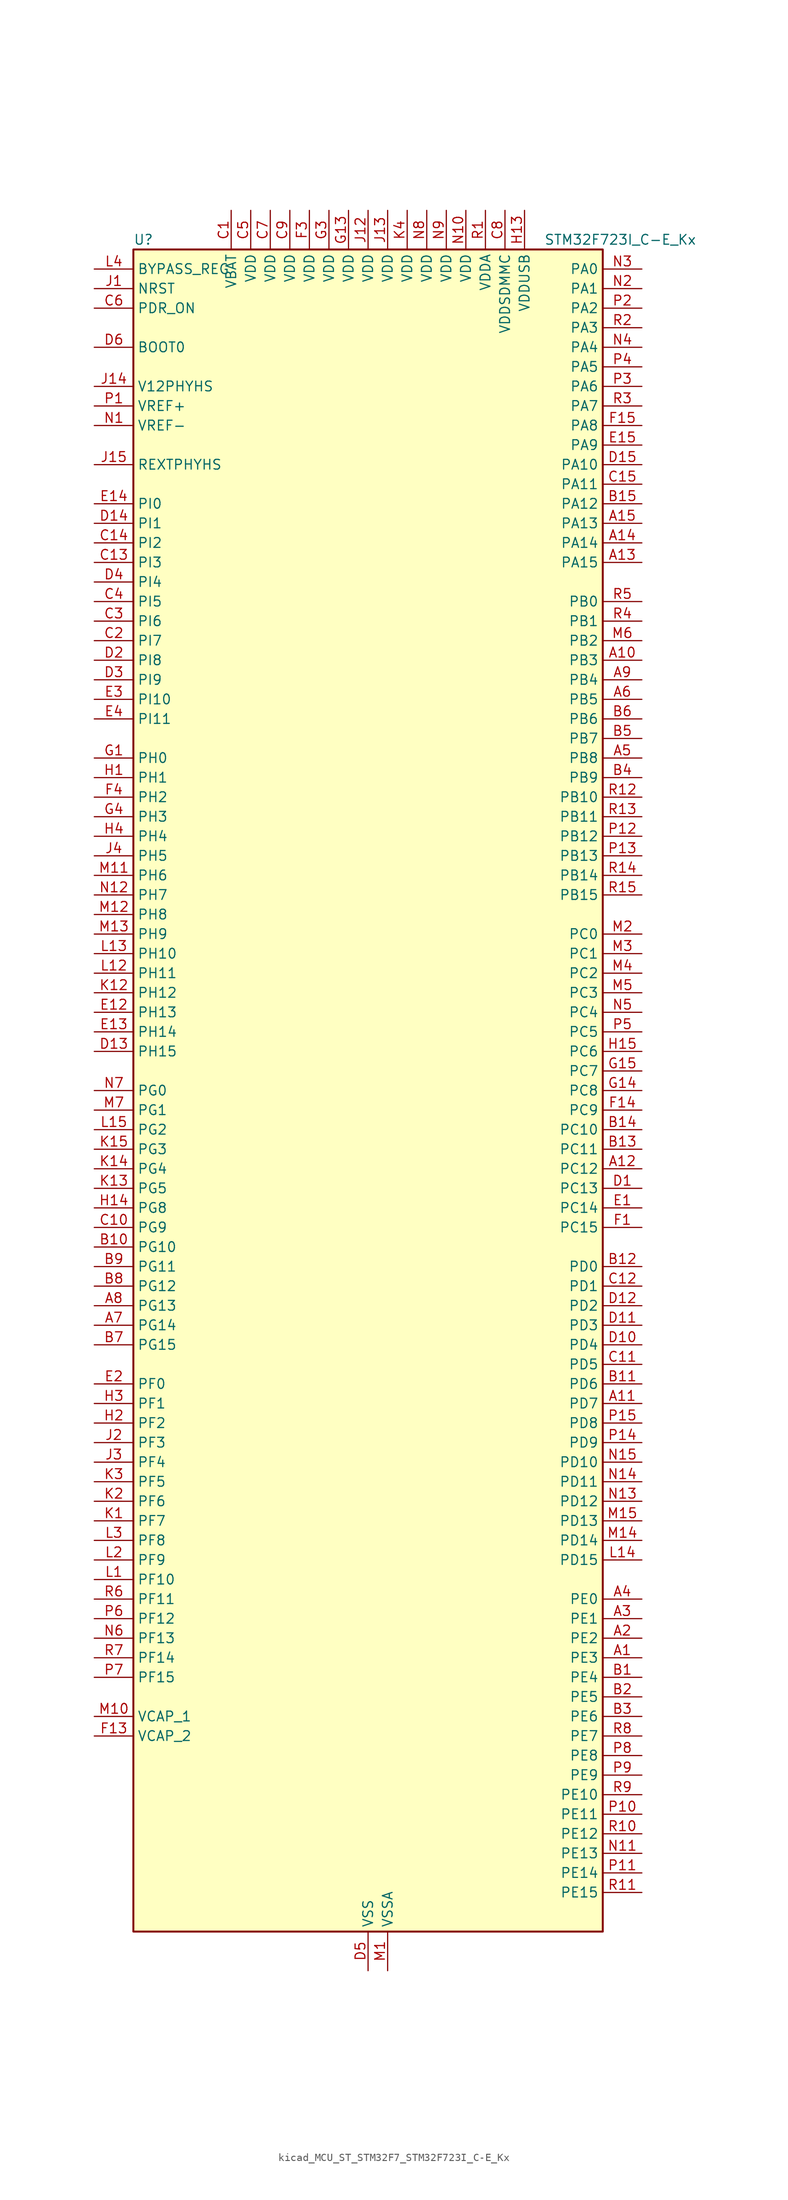
<source format=kicad_sym>
(kicad_symbol_lib
  (version 20220914)
  (generator kicad_symbol_editor)
  (symbol "kicad_MCU_ST_STM32F7_STM32F723I_C-E_Kx"
    (property "Reference" "U"
      (at -30.48 110.49 0)
      (effects (font (size 1.27 1.27)) (justify left)))
    (property "Value" "STM32F723I_C-E_Kx"
      (at 22.86 110.49 0)
      (effects (font (size 1.27 1.27)) (justify left)))
    (property "ki_locked" ""
      (at 0 0 0)
      (effects (font (size 1.27 1.27))))
    (symbol "kicad_MCU_ST_STM32F7_STM32F723I_C-E_Kx_0_1"
      (rectangle (start -30.48 -109.22) (end 30.48 109.22) (stroke (width 0.254) (type default)) (fill (type background))))
    (symbol "kicad_MCU_ST_STM32F7_STM32F723I_C-E_Kx_1_1"
      (pin bidirectional line (at 35.56 -73.66 180) (length 5.08) (name "PE3" (effects (font (size 1.27 1.27)))) (number "A1" (effects (font (size 1.27 1.27)))) (alternate "FMC_A19" bidirectional line) (alternate "SAI1_SD_B" bidirectional line) (alternate "SYS_TRACED0" bidirectional line))
      (pin bidirectional line (at 35.56 55.88 180) (length 5.08) (name "PB3" (effects (font (size 1.27 1.27)))) (number "A10" (effects (font (size 1.27 1.27)))) (alternate "I2S1_CK" bidirectional line) (alternate "I2S3_CK" bidirectional line) (alternate "SDMMC2_D2" bidirectional line) (alternate "SPI1_SCK" bidirectional line) (alternate "SPI3_SCK" bidirectional line) (alternate "SYS_JTDO-SWO" bidirectional line) (alternate "TIM2_CH2" bidirectional line))
      (pin bidirectional line (at 35.56 -40.64 180) (length 5.08) (name "PD7" (effects (font (size 1.27 1.27)))) (number "A11" (effects (font (size 1.27 1.27)))) (alternate "FMC_NE1" bidirectional line) (alternate "SDMMC2_CMD" bidirectional line) (alternate "USART2_CK" bidirectional line))
      (pin bidirectional line (at 35.56 -10.16 180) (length 5.08) (name "PC12" (effects (font (size 1.27 1.27)))) (number "A12" (effects (font (size 1.27 1.27)))) (alternate "I2S3_SD" bidirectional line) (alternate "SDMMC1_CK" bidirectional line) (alternate "SPI3_MOSI" bidirectional line) (alternate "SYS_TRACED3" bidirectional line) (alternate "UART5_TX" bidirectional line) (alternate "USART3_CK" bidirectional line))
      (pin bidirectional line (at 35.56 68.58 180) (length 5.08) (name "PA15" (effects (font (size 1.27 1.27)))) (number "A13" (effects (font (size 1.27 1.27)))) (alternate "I2S1_WS" bidirectional line) (alternate "I2S3_WS" bidirectional line) (alternate "SPI1_NSS" bidirectional line) (alternate "SPI3_NSS" bidirectional line) (alternate "SYS_JTDI" bidirectional line) (alternate "TIM2_CH1" bidirectional line) (alternate "TIM2_ETR" bidirectional line) (alternate "UART4_DE" bidirectional line) (alternate "UART4_RTS" bidirectional line))
      (pin bidirectional line (at 35.56 71.12 180) (length 5.08) (name "PA14" (effects (font (size 1.27 1.27)))) (number "A14" (effects (font (size 1.27 1.27)))) (alternate "SYS_JTCK-SWCLK" bidirectional line))
      (pin bidirectional line (at 35.56 73.66 180) (length 5.08) (name "PA13" (effects (font (size 1.27 1.27)))) (number "A15" (effects (font (size 1.27 1.27)))) (alternate "SYS_JTMS-SWDIO" bidirectional line))
      (pin bidirectional line (at 35.56 -71.12 180) (length 5.08) (name "PE2" (effects (font (size 1.27 1.27)))) (number "A2" (effects (font (size 1.27 1.27)))) (alternate "FMC_A23" bidirectional line) (alternate "QUADSPI_BK1_IO2" bidirectional line) (alternate "SAI1_MCLK_A" bidirectional line) (alternate "SPI4_SCK" bidirectional line) (alternate "SYS_TRACECLK" bidirectional line))
      (pin bidirectional line (at 35.56 -68.58 180) (length 5.08) (name "PE1" (effects (font (size 1.27 1.27)))) (number "A3" (effects (font (size 1.27 1.27)))) (alternate "FMC_NBL1" bidirectional line) (alternate "LPTIM1_IN2" bidirectional line) (alternate "UART8_TX" bidirectional line))
      (pin bidirectional line (at 35.56 -66.04 180) (length 5.08) (name "PE0" (effects (font (size 1.27 1.27)))) (number "A4" (effects (font (size 1.27 1.27)))) (alternate "FMC_NBL0" bidirectional line) (alternate "LPTIM1_ETR" bidirectional line) (alternate "SAI2_MCLK_A" bidirectional line) (alternate "TIM4_ETR" bidirectional line) (alternate "UART8_RX" bidirectional line))
      (pin bidirectional line (at 35.56 43.18 180) (length 5.08) (name "PB8" (effects (font (size 1.27 1.27)))) (number "A5" (effects (font (size 1.27 1.27)))) (alternate "CAN1_RX" bidirectional line) (alternate "I2C1_SCL" bidirectional line) (alternate "SDMMC1_D4" bidirectional line) (alternate "SDMMC2_D4" bidirectional line) (alternate "TIM10_CH1" bidirectional line) (alternate "TIM4_CH3" bidirectional line))
      (pin bidirectional line (at 35.56 50.8 180) (length 5.08) (name "PB5" (effects (font (size 1.27 1.27)))) (number "A6" (effects (font (size 1.27 1.27)))) (alternate "FMC_SDCKE1" bidirectional line) (alternate "I2C1_SMBA" bidirectional line) (alternate "I2S1_SD" bidirectional line) (alternate "I2S3_SD" bidirectional line) (alternate "SPI1_MOSI" bidirectional line) (alternate "SPI3_MOSI" bidirectional line) (alternate "TIM3_CH2" bidirectional line))
      (pin bidirectional line (at -35.56 -30.48 0) (length 5.08) (name "PG14" (effects (font (size 1.27 1.27)))) (number "A7" (effects (font (size 1.27 1.27)))) (alternate "FMC_A25" bidirectional line) (alternate "LPTIM1_ETR" bidirectional line) (alternate "QUADSPI_BK2_IO3" bidirectional line) (alternate "SYS_TRACED1" bidirectional line) (alternate "USART6_TX" bidirectional line))
      (pin bidirectional line (at -35.56 -27.94 0) (length 5.08) (name "PG13" (effects (font (size 1.27 1.27)))) (number "A8" (effects (font (size 1.27 1.27)))) (alternate "FMC_A24" bidirectional line) (alternate "LPTIM1_OUT" bidirectional line) (alternate "SYS_TRACED0" bidirectional line) (alternate "USART6_CTS" bidirectional line))
      (pin bidirectional line (at 35.56 53.34 180) (length 5.08) (name "PB4" (effects (font (size 1.27 1.27)))) (number "A9" (effects (font (size 1.27 1.27)))) (alternate "I2S2_WS" bidirectional line) (alternate "SDMMC2_D3" bidirectional line) (alternate "SPI1_MISO" bidirectional line) (alternate "SPI2_NSS" bidirectional line) (alternate "SPI3_MISO" bidirectional line) (alternate "SYS_JTRST" bidirectional line) (alternate "TIM3_CH1" bidirectional line))
      (pin bidirectional line (at 35.56 -76.2 180) (length 5.08) (name "PE4" (effects (font (size 1.27 1.27)))) (number "B1" (effects (font (size 1.27 1.27)))) (alternate "FMC_A20" bidirectional line) (alternate "SAI1_FS_A" bidirectional line) (alternate "SPI4_NSS" bidirectional line) (alternate "SYS_TRACED1" bidirectional line))
      (pin bidirectional line (at -35.56 -20.32 0) (length 5.08) (name "PG10" (effects (font (size 1.27 1.27)))) (number "B10" (effects (font (size 1.27 1.27)))) (alternate "FMC_NE3" bidirectional line) (alternate "SAI2_SD_B" bidirectional line) (alternate "SDMMC2_D1" bidirectional line))
      (pin bidirectional line (at 35.56 -38.1 180) (length 5.08) (name "PD6" (effects (font (size 1.27 1.27)))) (number "B11" (effects (font (size 1.27 1.27)))) (alternate "FMC_NWAIT" bidirectional line) (alternate "I2S3_SD" bidirectional line) (alternate "SAI1_SD_A" bidirectional line) (alternate "SDMMC2_CK" bidirectional line) (alternate "SPI3_MOSI" bidirectional line) (alternate "USART2_RX" bidirectional line))
      (pin bidirectional line (at 35.56 -22.86 180) (length 5.08) (name "PD0" (effects (font (size 1.27 1.27)))) (number "B12" (effects (font (size 1.27 1.27)))) (alternate "CAN1_RX" bidirectional line) (alternate "FMC_D2" bidirectional line) (alternate "FMC_DA2" bidirectional line))
      (pin bidirectional line (at 35.56 -7.62 180) (length 5.08) (name "PC11" (effects (font (size 1.27 1.27)))) (number "B13" (effects (font (size 1.27 1.27)))) (alternate "ADC1_EXTI11" bidirectional line) (alternate "ADC2_EXTI11" bidirectional line) (alternate "ADC3_EXTI11" bidirectional line) (alternate "QUADSPI_BK2_NCS" bidirectional line) (alternate "SDMMC1_D3" bidirectional line) (alternate "SPI3_MISO" bidirectional line) (alternate "UART4_RX" bidirectional line) (alternate "USART3_RX" bidirectional line))
      (pin bidirectional line (at 35.56 -5.08 180) (length 5.08) (name "PC10" (effects (font (size 1.27 1.27)))) (number "B14" (effects (font (size 1.27 1.27)))) (alternate "I2S3_CK" bidirectional line) (alternate "QUADSPI_BK1_IO1" bidirectional line) (alternate "SDMMC1_D2" bidirectional line) (alternate "SPI3_SCK" bidirectional line) (alternate "UART4_TX" bidirectional line) (alternate "USART3_TX" bidirectional line))
      (pin bidirectional line (at 35.56 76.2 180) (length 5.08) (name "PA12" (effects (font (size 1.27 1.27)))) (number "B15" (effects (font (size 1.27 1.27)))) (alternate "CAN1_TX" bidirectional line) (alternate "SAI2_FS_B" bidirectional line) (alternate "TIM1_ETR" bidirectional line) (alternate "USART1_DE" bidirectional line) (alternate "USART1_RTS" bidirectional line) (alternate "USB_OTG_FS_DP" bidirectional line))
      (pin bidirectional line (at 35.56 -78.74 180) (length 5.08) (name "PE5" (effects (font (size 1.27 1.27)))) (number "B2" (effects (font (size 1.27 1.27)))) (alternate "FMC_A21" bidirectional line) (alternate "SAI1_SCK_A" bidirectional line) (alternate "SPI4_MISO" bidirectional line) (alternate "SYS_TRACED2" bidirectional line) (alternate "TIM9_CH1" bidirectional line))
      (pin bidirectional line (at 35.56 -81.28 180) (length 5.08) (name "PE6" (effects (font (size 1.27 1.27)))) (number "B3" (effects (font (size 1.27 1.27)))) (alternate "FMC_A22" bidirectional line) (alternate "SAI1_SD_A" bidirectional line) (alternate "SAI2_MCLK_B" bidirectional line) (alternate "SPI4_MOSI" bidirectional line) (alternate "SYS_TRACED3" bidirectional line) (alternate "TIM1_BKIN2" bidirectional line) (alternate "TIM9_CH2" bidirectional line))
      (pin bidirectional line (at 35.56 40.64 180) (length 5.08) (name "PB9" (effects (font (size 1.27 1.27)))) (number "B4" (effects (font (size 1.27 1.27)))) (alternate "CAN1_TX" bidirectional line) (alternate "DAC_EXTI9" bidirectional line) (alternate "I2C1_SDA" bidirectional line) (alternate "I2S2_WS" bidirectional line) (alternate "SDMMC1_D5" bidirectional line) (alternate "SDMMC2_D5" bidirectional line) (alternate "SPI2_NSS" bidirectional line) (alternate "TIM11_CH1" bidirectional line) (alternate "TIM4_CH4" bidirectional line))
      (pin bidirectional line (at 35.56 45.72 180) (length 5.08) (name "PB7" (effects (font (size 1.27 1.27)))) (number "B5" (effects (font (size 1.27 1.27)))) (alternate "FMC_NL" bidirectional line) (alternate "I2C1_SDA" bidirectional line) (alternate "TIM4_CH2" bidirectional line) (alternate "USART1_RX" bidirectional line))
      (pin bidirectional line (at 35.56 48.26 180) (length 5.08) (name "PB6" (effects (font (size 1.27 1.27)))) (number "B6" (effects (font (size 1.27 1.27)))) (alternate "FMC_SDNE1" bidirectional line) (alternate "I2C1_SCL" bidirectional line) (alternate "QUADSPI_BK1_NCS" bidirectional line) (alternate "TIM4_CH1" bidirectional line) (alternate "USART1_TX" bidirectional line))
      (pin bidirectional line (at -35.56 -33.02 0) (length 5.08) (name "PG15" (effects (font (size 1.27 1.27)))) (number "B7" (effects (font (size 1.27 1.27)))) (alternate "FMC_SDNCAS" bidirectional line) (alternate "USART6_CTS" bidirectional line))
      (pin bidirectional line (at -35.56 -25.4 0) (length 5.08) (name "PG12" (effects (font (size 1.27 1.27)))) (number "B8" (effects (font (size 1.27 1.27)))) (alternate "FMC_NE4" bidirectional line) (alternate "LPTIM1_IN1" bidirectional line) (alternate "SDMMC2_D3" bidirectional line) (alternate "USART6_DE" bidirectional line) (alternate "USART6_RTS" bidirectional line))
      (pin bidirectional line (at -35.56 -22.86 0) (length 5.08) (name "PG11" (effects (font (size 1.27 1.27)))) (number "B9" (effects (font (size 1.27 1.27)))) (alternate "ADC1_EXTI11" bidirectional line) (alternate "ADC2_EXTI11" bidirectional line) (alternate "ADC3_EXTI11" bidirectional line) (alternate "FMC_INT" bidirectional line) (alternate "SDMMC2_D2" bidirectional line))
      (pin power_in line (at -17.78 114.3 270) (length 5.08) (name "VBAT" (effects (font (size 1.27 1.27)))) (number "C1" (effects (font (size 1.27 1.27)))))
      (pin bidirectional line (at -35.56 -17.78 0) (length 5.08) (name "PG9" (effects (font (size 1.27 1.27)))) (number "C10" (effects (font (size 1.27 1.27)))) (alternate "DAC_EXTI9" bidirectional line) (alternate "FMC_NCE" bidirectional line) (alternate "FMC_NE2" bidirectional line) (alternate "QUADSPI_BK2_IO2" bidirectional line) (alternate "SAI2_FS_B" bidirectional line) (alternate "SDMMC2_D0" bidirectional line) (alternate "USART6_RX" bidirectional line))
      (pin bidirectional line (at 35.56 -35.56 180) (length 5.08) (name "PD5" (effects (font (size 1.27 1.27)))) (number "C11" (effects (font (size 1.27 1.27)))) (alternate "FMC_NWE" bidirectional line) (alternate "USART2_TX" bidirectional line))
      (pin bidirectional line (at 35.56 -25.4 180) (length 5.08) (name "PD1" (effects (font (size 1.27 1.27)))) (number "C12" (effects (font (size 1.27 1.27)))) (alternate "CAN1_TX" bidirectional line) (alternate "FMC_D3" bidirectional line) (alternate "FMC_DA3" bidirectional line))
      (pin bidirectional line (at -35.56 68.58 0) (length 5.08) (name "PI3" (effects (font (size 1.27 1.27)))) (number "C13" (effects (font (size 1.27 1.27)))) (alternate "FMC_D27" bidirectional line) (alternate "I2S2_SD" bidirectional line) (alternate "SPI2_MOSI" bidirectional line) (alternate "TIM8_ETR" bidirectional line))
      (pin bidirectional line (at -35.56 71.12 0) (length 5.08) (name "PI2" (effects (font (size 1.27 1.27)))) (number "C14" (effects (font (size 1.27 1.27)))) (alternate "FMC_D26" bidirectional line) (alternate "SPI2_MISO" bidirectional line) (alternate "TIM8_CH4" bidirectional line))
      (pin bidirectional line (at 35.56 78.74 180) (length 5.08) (name "PA11" (effects (font (size 1.27 1.27)))) (number "C15" (effects (font (size 1.27 1.27)))) (alternate "ADC1_EXTI11" bidirectional line) (alternate "ADC2_EXTI11" bidirectional line) (alternate "ADC3_EXTI11" bidirectional line) (alternate "CAN1_RX" bidirectional line) (alternate "TIM1_CH4" bidirectional line) (alternate "USART1_CTS" bidirectional line) (alternate "USB_OTG_FS_DM" bidirectional line))
      (pin bidirectional line (at -35.56 58.42 0) (length 5.08) (name "PI7" (effects (font (size 1.27 1.27)))) (number "C2" (effects (font (size 1.27 1.27)))) (alternate "FMC_D29" bidirectional line) (alternate "SAI2_FS_A" bidirectional line) (alternate "TIM8_CH3" bidirectional line))
      (pin bidirectional line (at -35.56 60.96 0) (length 5.08) (name "PI6" (effects (font (size 1.27 1.27)))) (number "C3" (effects (font (size 1.27 1.27)))) (alternate "FMC_D28" bidirectional line) (alternate "SAI2_SD_A" bidirectional line) (alternate "TIM8_CH2" bidirectional line))
      (pin bidirectional line (at -35.56 63.5 0) (length 5.08) (name "PI5" (effects (font (size 1.27 1.27)))) (number "C4" (effects (font (size 1.27 1.27)))) (alternate "FMC_NBL3" bidirectional line) (alternate "SAI2_SCK_A" bidirectional line) (alternate "TIM8_CH1" bidirectional line))
      (pin power_in line (at -15.24 114.3 270) (length 5.08) (name "VDD" (effects (font (size 1.27 1.27)))) (number "C5" (effects (font (size 1.27 1.27)))))
      (pin input line (at -35.56 101.6 0) (length 5.08) (name "PDR_ON" (effects (font (size 1.27 1.27)))) (number "C6" (effects (font (size 1.27 1.27)))))
      (pin power_in line (at -12.7 114.3 270) (length 5.08) (name "VDD" (effects (font (size 1.27 1.27)))) (number "C7" (effects (font (size 1.27 1.27)))))
      (pin power_in line (at 17.78 114.3 270) (length 5.08) (name "VDDSDMMC" (effects (font (size 1.27 1.27)))) (number "C8" (effects (font (size 1.27 1.27)))))
      (pin power_in line (at -10.16 114.3 270) (length 5.08) (name "VDD" (effects (font (size 1.27 1.27)))) (number "C9" (effects (font (size 1.27 1.27)))))
      (pin bidirectional line (at 35.56 -12.7 180) (length 5.08) (name "PC13" (effects (font (size 1.27 1.27)))) (number "D1" (effects (font (size 1.27 1.27)))) (alternate "RTC_OUT" bidirectional line) (alternate "RTC_TAMP1" bidirectional line) (alternate "RTC_TS" bidirectional line) (alternate "SYS_WKUP4" bidirectional line))
      (pin bidirectional line (at 35.56 -33.02 180) (length 5.08) (name "PD4" (effects (font (size 1.27 1.27)))) (number "D10" (effects (font (size 1.27 1.27)))) (alternate "FMC_NOE" bidirectional line) (alternate "USART2_DE" bidirectional line) (alternate "USART2_RTS" bidirectional line))
      (pin bidirectional line (at 35.56 -30.48 180) (length 5.08) (name "PD3" (effects (font (size 1.27 1.27)))) (number "D11" (effects (font (size 1.27 1.27)))) (alternate "FMC_CLK" bidirectional line) (alternate "I2S2_CK" bidirectional line) (alternate "SPI2_SCK" bidirectional line) (alternate "USART2_CTS" bidirectional line))
      (pin bidirectional line (at 35.56 -27.94 180) (length 5.08) (name "PD2" (effects (font (size 1.27 1.27)))) (number "D12" (effects (font (size 1.27 1.27)))) (alternate "SDMMC1_CMD" bidirectional line) (alternate "SYS_TRACED2" bidirectional line) (alternate "TIM3_ETR" bidirectional line) (alternate "UART5_RX" bidirectional line))
      (pin bidirectional line (at -35.56 5.08 0) (length 5.08) (name "PH15" (effects (font (size 1.27 1.27)))) (number "D13" (effects (font (size 1.27 1.27)))) (alternate "FMC_D23" bidirectional line) (alternate "TIM8_CH3N" bidirectional line))
      (pin bidirectional line (at -35.56 73.66 0) (length 5.08) (name "PI1" (effects (font (size 1.27 1.27)))) (number "D14" (effects (font (size 1.27 1.27)))) (alternate "FMC_D25" bidirectional line) (alternate "I2S2_CK" bidirectional line) (alternate "SPI2_SCK" bidirectional line) (alternate "TIM8_BKIN2" bidirectional line))
      (pin bidirectional line (at 35.56 81.28 180) (length 5.08) (name "PA10" (effects (font (size 1.27 1.27)))) (number "D15" (effects (font (size 1.27 1.27)))) (alternate "TIM1_CH3" bidirectional line) (alternate "USART1_RX" bidirectional line) (alternate "USB_OTG_FS_ID" bidirectional line))
      (pin bidirectional line (at -35.56 55.88 0) (length 5.08) (name "PI8" (effects (font (size 1.27 1.27)))) (number "D2" (effects (font (size 1.27 1.27)))) (alternate "RTC_TAMP2" bidirectional line) (alternate "RTC_TS" bidirectional line) (alternate "SYS_WKUP5" bidirectional line))
      (pin bidirectional line (at -35.56 53.34 0) (length 5.08) (name "PI9" (effects (font (size 1.27 1.27)))) (number "D3" (effects (font (size 1.27 1.27)))) (alternate "CAN1_RX" bidirectional line) (alternate "DAC_EXTI9" bidirectional line) (alternate "FMC_D30" bidirectional line) (alternate "UART4_RX" bidirectional line))
      (pin bidirectional line (at -35.56 66.04 0) (length 5.08) (name "PI4" (effects (font (size 1.27 1.27)))) (number "D4" (effects (font (size 1.27 1.27)))) (alternate "FMC_NBL2" bidirectional line) (alternate "SAI2_MCLK_A" bidirectional line) (alternate "TIM8_BKIN" bidirectional line))
      (pin power_in line (at 0 -114.3 90) (length 5.08) (name "VSS" (effects (font (size 1.27 1.27)))) (number "D5" (effects (font (size 1.27 1.27)))))
      (pin input line (at -35.56 96.52 0) (length 5.08) (name "BOOT0" (effects (font (size 1.27 1.27)))) (number "D6" (effects (font (size 1.27 1.27)))))
      (pin passive line (at 0 -114.3 90) (length 5.08) hide (name "VSS" (effects (font (size 1.27 1.27)))) (number "D7" (effects (font (size 1.27 1.27)))))
      (pin passive line (at 0 -114.3 90) (length 5.08) hide (name "VSS" (effects (font (size 1.27 1.27)))) (number "D8" (effects (font (size 1.27 1.27)))))
      (pin passive line (at 0 -114.3 90) (length 5.08) hide (name "VSS" (effects (font (size 1.27 1.27)))) (number "D9" (effects (font (size 1.27 1.27)))))
      (pin bidirectional line (at 35.56 -15.24 180) (length 5.08) (name "PC14" (effects (font (size 1.27 1.27)))) (number "E1" (effects (font (size 1.27 1.27)))) (alternate "RCC_OSC32_IN" bidirectional line))
      (pin bidirectional line (at -35.56 10.16 0) (length 5.08) (name "PH13" (effects (font (size 1.27 1.27)))) (number "E12" (effects (font (size 1.27 1.27)))) (alternate "CAN1_TX" bidirectional line) (alternate "FMC_D21" bidirectional line) (alternate "TIM8_CH1N" bidirectional line) (alternate "UART4_TX" bidirectional line))
      (pin bidirectional line (at -35.56 7.62 0) (length 5.08) (name "PH14" (effects (font (size 1.27 1.27)))) (number "E13" (effects (font (size 1.27 1.27)))) (alternate "CAN1_RX" bidirectional line) (alternate "FMC_D22" bidirectional line) (alternate "TIM8_CH2N" bidirectional line) (alternate "UART4_RX" bidirectional line))
      (pin bidirectional line (at -35.56 76.2 0) (length 5.08) (name "PI0" (effects (font (size 1.27 1.27)))) (number "E14" (effects (font (size 1.27 1.27)))) (alternate "FMC_D24" bidirectional line) (alternate "I2S2_WS" bidirectional line) (alternate "SPI2_NSS" bidirectional line) (alternate "TIM5_CH4" bidirectional line))
      (pin bidirectional line (at 35.56 83.82 180) (length 5.08) (name "PA9" (effects (font (size 1.27 1.27)))) (number "E15" (effects (font (size 1.27 1.27)))) (alternate "DAC_EXTI9" bidirectional line) (alternate "I2C3_SMBA" bidirectional line) (alternate "I2S2_CK" bidirectional line) (alternate "SPI2_SCK" bidirectional line) (alternate "TIM1_CH2" bidirectional line) (alternate "USART1_TX" bidirectional line) (alternate "USB_OTG_FS_VBUS" bidirectional line))
      (pin bidirectional line (at -35.56 -38.1 0) (length 5.08) (name "PF0" (effects (font (size 1.27 1.27)))) (number "E2" (effects (font (size 1.27 1.27)))) (alternate "FMC_A0" bidirectional line) (alternate "I2C2_SDA" bidirectional line))
      (pin bidirectional line (at -35.56 50.8 0) (length 5.08) (name "PI10" (effects (font (size 1.27 1.27)))) (number "E3" (effects (font (size 1.27 1.27)))) (alternate "FMC_D31" bidirectional line))
      (pin bidirectional line (at -35.56 48.26 0) (length 5.08) (name "PI11" (effects (font (size 1.27 1.27)))) (number "E4" (effects (font (size 1.27 1.27)))) (alternate "ADC1_EXTI11" bidirectional line) (alternate "ADC2_EXTI11" bidirectional line) (alternate "ADC3_EXTI11" bidirectional line) (alternate "SYS_WKUP6" bidirectional line))
      (pin bidirectional line (at 35.56 -17.78 180) (length 5.08) (name "PC15" (effects (font (size 1.27 1.27)))) (number "F1" (effects (font (size 1.27 1.27)))) (alternate "RCC_OSC32_OUT" bidirectional line))
      (pin passive line (at 0 -114.3 90) (length 5.08) hide (name "VSS" (effects (font (size 1.27 1.27)))) (number "F10" (effects (font (size 1.27 1.27)))))
      (pin passive line (at 0 -114.3 90) (length 5.08) hide (name "VSS" (effects (font (size 1.27 1.27)))) (number "F12" (effects (font (size 1.27 1.27)))))
      (pin power_out line (at -35.56 -83.82 0) (length 5.08) (name "VCAP_2" (effects (font (size 1.27 1.27)))) (number "F13" (effects (font (size 1.27 1.27)))))
      (pin bidirectional line (at 35.56 -2.54 180) (length 5.08) (name "PC9" (effects (font (size 1.27 1.27)))) (number "F14" (effects (font (size 1.27 1.27)))) (alternate "DAC_EXTI9" bidirectional line) (alternate "I2C3_SDA" bidirectional line) (alternate "I2S_CKIN" bidirectional line) (alternate "QUADSPI_BK1_IO0" bidirectional line) (alternate "RCC_MCO_2" bidirectional line) (alternate "SDMMC1_D1" bidirectional line) (alternate "TIM3_CH4" bidirectional line) (alternate "TIM8_CH4" bidirectional line) (alternate "UART5_CTS" bidirectional line))
      (pin bidirectional line (at 35.56 86.36 180) (length 5.08) (name "PA8" (effects (font (size 1.27 1.27)))) (number "F15" (effects (font (size 1.27 1.27)))) (alternate "I2C3_SCL" bidirectional line) (alternate "RCC_MCO_1" bidirectional line) (alternate "TIM1_CH1" bidirectional line) (alternate "TIM8_BKIN2" bidirectional line) (alternate "USART1_CK" bidirectional line) (alternate "USB_OTG_FS_SOF" bidirectional line))
      (pin passive line (at 0 -114.3 90) (length 5.08) hide (name "VSS" (effects (font (size 1.27 1.27)))) (number "F2" (effects (font (size 1.27 1.27)))))
      (pin power_in line (at -7.62 114.3 270) (length 5.08) (name "VDD" (effects (font (size 1.27 1.27)))) (number "F3" (effects (font (size 1.27 1.27)))))
      (pin bidirectional line (at -35.56 38.1 0) (length 5.08) (name "PH2" (effects (font (size 1.27 1.27)))) (number "F4" (effects (font (size 1.27 1.27)))) (alternate "FMC_SDCKE0" bidirectional line) (alternate "LPTIM1_IN2" bidirectional line) (alternate "QUADSPI_BK2_IO0" bidirectional line) (alternate "SAI2_SCK_B" bidirectional line))
      (pin passive line (at 0 -114.3 90) (length 5.08) hide (name "VSS" (effects (font (size 1.27 1.27)))) (number "F6" (effects (font (size 1.27 1.27)))))
      (pin passive line (at 0 -114.3 90) (length 5.08) hide (name "VSS" (effects (font (size 1.27 1.27)))) (number "F7" (effects (font (size 1.27 1.27)))))
      (pin passive line (at 0 -114.3 90) (length 5.08) hide (name "VSS" (effects (font (size 1.27 1.27)))) (number "F8" (effects (font (size 1.27 1.27)))))
      (pin passive line (at 0 -114.3 90) (length 5.08) hide (name "VSS" (effects (font (size 1.27 1.27)))) (number "F9" (effects (font (size 1.27 1.27)))))
      (pin bidirectional line (at -35.56 43.18 0) (length 5.08) (name "PH0" (effects (font (size 1.27 1.27)))) (number "G1" (effects (font (size 1.27 1.27)))) (alternate "RCC_OSC_IN" bidirectional line))
      (pin passive line (at 0 -114.3 90) (length 5.08) hide (name "VSS" (effects (font (size 1.27 1.27)))) (number "G10" (effects (font (size 1.27 1.27)))))
      (pin passive line (at 0 -114.3 90) (length 5.08) hide (name "VSS" (effects (font (size 1.27 1.27)))) (number "G12" (effects (font (size 1.27 1.27)))))
      (pin power_in line (at -2.54 114.3 270) (length 5.08) (name "VDD" (effects (font (size 1.27 1.27)))) (number "G13" (effects (font (size 1.27 1.27)))))
      (pin bidirectional line (at 35.56 0 180) (length 5.08) (name "PC8" (effects (font (size 1.27 1.27)))) (number "G14" (effects (font (size 1.27 1.27)))) (alternate "SDMMC1_D0" bidirectional line) (alternate "SYS_TRACED1" bidirectional line) (alternate "TIM3_CH3" bidirectional line) (alternate "TIM8_CH3" bidirectional line) (alternate "UART5_DE" bidirectional line) (alternate "UART5_RTS" bidirectional line) (alternate "USART6_CK" bidirectional line))
      (pin bidirectional line (at 35.56 2.54 180) (length 5.08) (name "PC7" (effects (font (size 1.27 1.27)))) (number "G15" (effects (font (size 1.27 1.27)))) (alternate "I2S3_MCK" bidirectional line) (alternate "SDMMC1_D7" bidirectional line) (alternate "SDMMC2_D7" bidirectional line) (alternate "TIM3_CH2" bidirectional line) (alternate "TIM8_CH2" bidirectional line) (alternate "USART6_RX" bidirectional line))
      (pin passive line (at 0 -114.3 90) (length 5.08) hide (name "VSS" (effects (font (size 1.27 1.27)))) (number "G2" (effects (font (size 1.27 1.27)))))
      (pin power_in line (at -5.08 114.3 270) (length 5.08) (name "VDD" (effects (font (size 1.27 1.27)))) (number "G3" (effects (font (size 1.27 1.27)))))
      (pin bidirectional line (at -35.56 35.56 0) (length 5.08) (name "PH3" (effects (font (size 1.27 1.27)))) (number "G4" (effects (font (size 1.27 1.27)))) (alternate "FMC_SDNE0" bidirectional line) (alternate "QUADSPI_BK2_IO1" bidirectional line) (alternate "SAI2_MCLK_B" bidirectional line))
      (pin passive line (at 0 -114.3 90) (length 5.08) hide (name "VSS" (effects (font (size 1.27 1.27)))) (number "G6" (effects (font (size 1.27 1.27)))))
      (pin passive line (at 0 -114.3 90) (length 5.08) hide (name "VSS" (effects (font (size 1.27 1.27)))) (number "G7" (effects (font (size 1.27 1.27)))))
      (pin passive line (at 0 -114.3 90) (length 5.08) hide (name "VSS" (effects (font (size 1.27 1.27)))) (number "G8" (effects (font (size 1.27 1.27)))))
      (pin passive line (at 0 -114.3 90) (length 5.08) hide (name "VSS" (effects (font (size 1.27 1.27)))) (number "G9" (effects (font (size 1.27 1.27)))))
      (pin bidirectional line (at -35.56 40.64 0) (length 5.08) (name "PH1" (effects (font (size 1.27 1.27)))) (number "H1" (effects (font (size 1.27 1.27)))) (alternate "RCC_OSC_OUT" bidirectional line))
      (pin passive line (at 0 -114.3 90) (length 5.08) hide (name "VSS" (effects (font (size 1.27 1.27)))) (number "H10" (effects (font (size 1.27 1.27)))))
      (pin passive line (at 0 -114.3 90) (length 5.08) hide (name "VSS" (effects (font (size 1.27 1.27)))) (number "H12" (effects (font (size 1.27 1.27)))))
      (pin power_in line (at 20.32 114.3 270) (length 5.08) (name "VDDUSB" (effects (font (size 1.27 1.27)))) (number "H13" (effects (font (size 1.27 1.27)))))
      (pin bidirectional line (at -35.56 -15.24 0) (length 5.08) (name "PG8" (effects (font (size 1.27 1.27)))) (number "H14" (effects (font (size 1.27 1.27)))) (alternate "FMC_SDCLK" bidirectional line) (alternate "USART6_DE" bidirectional line) (alternate "USART6_RTS" bidirectional line))
      (pin bidirectional line (at 35.56 5.08 180) (length 5.08) (name "PC6" (effects (font (size 1.27 1.27)))) (number "H15" (effects (font (size 1.27 1.27)))) (alternate "I2S2_MCK" bidirectional line) (alternate "SDMMC1_D6" bidirectional line) (alternate "SDMMC2_D6" bidirectional line) (alternate "TIM3_CH1" bidirectional line) (alternate "TIM8_CH1" bidirectional line) (alternate "USART6_TX" bidirectional line))
      (pin bidirectional line (at -35.56 -43.18 0) (length 5.08) (name "PF2" (effects (font (size 1.27 1.27)))) (number "H2" (effects (font (size 1.27 1.27)))) (alternate "FMC_A2" bidirectional line) (alternate "I2C2_SMBA" bidirectional line))
      (pin bidirectional line (at -35.56 -40.64 0) (length 5.08) (name "PF1" (effects (font (size 1.27 1.27)))) (number "H3" (effects (font (size 1.27 1.27)))) (alternate "FMC_A1" bidirectional line) (alternate "I2C2_SCL" bidirectional line))
      (pin bidirectional line (at -35.56 33.02 0) (length 5.08) (name "PH4" (effects (font (size 1.27 1.27)))) (number "H4" (effects (font (size 1.27 1.27)))) (alternate "I2C2_SCL" bidirectional line))
      (pin passive line (at 0 -114.3 90) (length 5.08) hide (name "VSS" (effects (font (size 1.27 1.27)))) (number "H6" (effects (font (size 1.27 1.27)))))
      (pin passive line (at 0 -114.3 90) (length 5.08) hide (name "VSS" (effects (font (size 1.27 1.27)))) (number "H7" (effects (font (size 1.27 1.27)))))
      (pin passive line (at 0 -114.3 90) (length 5.08) hide (name "VSS" (effects (font (size 1.27 1.27)))) (number "H8" (effects (font (size 1.27 1.27)))))
      (pin passive line (at 0 -114.3 90) (length 5.08) hide (name "VSS" (effects (font (size 1.27 1.27)))) (number "H9" (effects (font (size 1.27 1.27)))))
      (pin input line (at -35.56 104.14 0) (length 5.08) (name "NRST" (effects (font (size 1.27 1.27)))) (number "J1" (effects (font (size 1.27 1.27)))))
      (pin passive line (at 0 -114.3 90) (length 5.08) hide (name "VSS" (effects (font (size 1.27 1.27)))) (number "J10" (effects (font (size 1.27 1.27)))))
      (pin power_in line (at 0 114.3 270) (length 5.08) (name "VDD" (effects (font (size 1.27 1.27)))) (number "J12" (effects (font (size 1.27 1.27)))))
      (pin power_in line (at 2.54 114.3 270) (length 5.08) (name "VDD" (effects (font (size 1.27 1.27)))) (number "J13" (effects (font (size 1.27 1.27)))))
      (pin power_in line (at -35.56 91.44 0) (length 5.08) (name "V12PHYHS" (effects (font (size 1.27 1.27)))) (number "J14" (effects (font (size 1.27 1.27)))))
      (pin bidirectional line (at -35.56 81.28 0) (length 5.08) (name "REXTPHYHS" (effects (font (size 1.27 1.27)))) (number "J15" (effects (font (size 1.27 1.27)))) (alternate "USB_OTG_HS_REXTPHYHS" bidirectional line))
      (pin bidirectional line (at -35.56 -45.72 0) (length 5.08) (name "PF3" (effects (font (size 1.27 1.27)))) (number "J2" (effects (font (size 1.27 1.27)))) (alternate "ADC3_IN9" bidirectional line) (alternate "FMC_A3" bidirectional line))
      (pin bidirectional line (at -35.56 -48.26 0) (length 5.08) (name "PF4" (effects (font (size 1.27 1.27)))) (number "J3" (effects (font (size 1.27 1.27)))) (alternate "ADC3_IN14" bidirectional line) (alternate "FMC_A4" bidirectional line))
      (pin bidirectional line (at -35.56 30.48 0) (length 5.08) (name "PH5" (effects (font (size 1.27 1.27)))) (number "J4" (effects (font (size 1.27 1.27)))) (alternate "FMC_SDNWE" bidirectional line) (alternate "I2C2_SDA" bidirectional line) (alternate "SPI5_NSS" bidirectional line))
      (pin passive line (at 0 -114.3 90) (length 5.08) hide (name "VSS" (effects (font (size 1.27 1.27)))) (number "J6" (effects (font (size 1.27 1.27)))))
      (pin passive line (at 0 -114.3 90) (length 5.08) hide (name "VSS" (effects (font (size 1.27 1.27)))) (number "J7" (effects (font (size 1.27 1.27)))))
      (pin passive line (at 0 -114.3 90) (length 5.08) hide (name "VSS" (effects (font (size 1.27 1.27)))) (number "J8" (effects (font (size 1.27 1.27)))))
      (pin passive line (at 0 -114.3 90) (length 5.08) hide (name "VSS" (effects (font (size 1.27 1.27)))) (number "J9" (effects (font (size 1.27 1.27)))))
      (pin bidirectional line (at -35.56 -55.88 0) (length 5.08) (name "PF7" (effects (font (size 1.27 1.27)))) (number "K1" (effects (font (size 1.27 1.27)))) (alternate "ADC3_IN5" bidirectional line) (alternate "QUADSPI_BK1_IO2" bidirectional line) (alternate "SAI1_MCLK_B" bidirectional line) (alternate "SPI5_SCK" bidirectional line) (alternate "TIM11_CH1" bidirectional line) (alternate "UART7_TX" bidirectional line))
      (pin passive line (at 0 -114.3 90) (length 5.08) hide (name "VSS" (effects (font (size 1.27 1.27)))) (number "K10" (effects (font (size 1.27 1.27)))))
      (pin bidirectional line (at -35.56 12.7 0) (length 5.08) (name "PH12" (effects (font (size 1.27 1.27)))) (number "K12" (effects (font (size 1.27 1.27)))) (alternate "FMC_D20" bidirectional line) (alternate "TIM5_CH3" bidirectional line))
      (pin bidirectional line (at -35.56 -12.7 0) (length 5.08) (name "PG5" (effects (font (size 1.27 1.27)))) (number "K13" (effects (font (size 1.27 1.27)))) (alternate "FMC_A15" bidirectional line) (alternate "FMC_BA1" bidirectional line))
      (pin bidirectional line (at -35.56 -10.16 0) (length 5.08) (name "PG4" (effects (font (size 1.27 1.27)))) (number "K14" (effects (font (size 1.27 1.27)))) (alternate "FMC_A14" bidirectional line) (alternate "FMC_BA0" bidirectional line))
      (pin bidirectional line (at -35.56 -7.62 0) (length 5.08) (name "PG3" (effects (font (size 1.27 1.27)))) (number "K15" (effects (font (size 1.27 1.27)))) (alternate "FMC_A13" bidirectional line))
      (pin bidirectional line (at -35.56 -53.34 0) (length 5.08) (name "PF6" (effects (font (size 1.27 1.27)))) (number "K2" (effects (font (size 1.27 1.27)))) (alternate "ADC3_IN4" bidirectional line) (alternate "QUADSPI_BK1_IO3" bidirectional line) (alternate "SAI1_SD_B" bidirectional line) (alternate "SPI5_NSS" bidirectional line) (alternate "TIM10_CH1" bidirectional line) (alternate "UART7_RX" bidirectional line))
      (pin bidirectional line (at -35.56 -50.8 0) (length 5.08) (name "PF5" (effects (font (size 1.27 1.27)))) (number "K3" (effects (font (size 1.27 1.27)))) (alternate "ADC3_IN15" bidirectional line) (alternate "FMC_A5" bidirectional line))
      (pin power_in line (at 5.08 114.3 270) (length 5.08) (name "VDD" (effects (font (size 1.27 1.27)))) (number "K4" (effects (font (size 1.27 1.27)))))
      (pin passive line (at 0 -114.3 90) (length 5.08) hide (name "VSS" (effects (font (size 1.27 1.27)))) (number "K6" (effects (font (size 1.27 1.27)))))
      (pin passive line (at 0 -114.3 90) (length 5.08) hide (name "VSS" (effects (font (size 1.27 1.27)))) (number "K7" (effects (font (size 1.27 1.27)))))
      (pin passive line (at 0 -114.3 90) (length 5.08) hide (name "VSS" (effects (font (size 1.27 1.27)))) (number "K8" (effects (font (size 1.27 1.27)))))
      (pin passive line (at 0 -114.3 90) (length 5.08) hide (name "VSS" (effects (font (size 1.27 1.27)))) (number "K9" (effects (font (size 1.27 1.27)))))
      (pin bidirectional line (at -35.56 -63.5 0) (length 5.08) (name "PF10" (effects (font (size 1.27 1.27)))) (number "L1" (effects (font (size 1.27 1.27)))) (alternate "ADC3_IN8" bidirectional line))
      (pin bidirectional line (at -35.56 15.24 0) (length 5.08) (name "PH11" (effects (font (size 1.27 1.27)))) (number "L12" (effects (font (size 1.27 1.27)))) (alternate "ADC1_EXTI11" bidirectional line) (alternate "ADC2_EXTI11" bidirectional line) (alternate "ADC3_EXTI11" bidirectional line) (alternate "FMC_D19" bidirectional line) (alternate "TIM5_CH2" bidirectional line))
      (pin bidirectional line (at -35.56 17.78 0) (length 5.08) (name "PH10" (effects (font (size 1.27 1.27)))) (number "L13" (effects (font (size 1.27 1.27)))) (alternate "FMC_D18" bidirectional line) (alternate "TIM5_CH1" bidirectional line))
      (pin bidirectional line (at 35.56 -60.96 180) (length 5.08) (name "PD15" (effects (font (size 1.27 1.27)))) (number "L14" (effects (font (size 1.27 1.27)))) (alternate "FMC_D1" bidirectional line) (alternate "FMC_DA1" bidirectional line) (alternate "TIM4_CH4" bidirectional line) (alternate "UART8_DE" bidirectional line) (alternate "UART8_RTS" bidirectional line))
      (pin bidirectional line (at -35.56 -5.08 0) (length 5.08) (name "PG2" (effects (font (size 1.27 1.27)))) (number "L15" (effects (font (size 1.27 1.27)))) (alternate "FMC_A12" bidirectional line))
      (pin bidirectional line (at -35.56 -60.96 0) (length 5.08) (name "PF9" (effects (font (size 1.27 1.27)))) (number "L2" (effects (font (size 1.27 1.27)))) (alternate "ADC3_IN7" bidirectional line) (alternate "DAC_EXTI9" bidirectional line) (alternate "QUADSPI_BK1_IO1" bidirectional line) (alternate "SAI1_FS_B" bidirectional line) (alternate "SPI5_MOSI" bidirectional line) (alternate "TIM14_CH1" bidirectional line) (alternate "UART7_CTS" bidirectional line))
      (pin bidirectional line (at -35.56 -58.42 0) (length 5.08) (name "PF8" (effects (font (size 1.27 1.27)))) (number "L3" (effects (font (size 1.27 1.27)))) (alternate "ADC3_IN6" bidirectional line) (alternate "QUADSPI_BK1_IO0" bidirectional line) (alternate "SAI1_SCK_B" bidirectional line) (alternate "SPI5_MISO" bidirectional line) (alternate "TIM13_CH1" bidirectional line) (alternate "UART7_DE" bidirectional line) (alternate "UART7_RTS" bidirectional line))
      (pin input line (at -35.56 106.68 0) (length 5.08) (name "BYPASS_REG" (effects (font (size 1.27 1.27)))) (number "L4" (effects (font (size 1.27 1.27)))))
      (pin power_in line (at 2.54 -114.3 90) (length 5.08) (name "VSSA" (effects (font (size 1.27 1.27)))) (number "M1" (effects (font (size 1.27 1.27)))))
      (pin power_out line (at -35.56 -81.28 0) (length 5.08) (name "VCAP_1" (effects (font (size 1.27 1.27)))) (number "M10" (effects (font (size 1.27 1.27)))))
      (pin bidirectional line (at -35.56 27.94 0) (length 5.08) (name "PH6" (effects (font (size 1.27 1.27)))) (number "M11" (effects (font (size 1.27 1.27)))) (alternate "FMC_SDNE1" bidirectional line) (alternate "I2C2_SMBA" bidirectional line) (alternate "SPI5_SCK" bidirectional line) (alternate "TIM12_CH1" bidirectional line))
      (pin bidirectional line (at -35.56 22.86 0) (length 5.08) (name "PH8" (effects (font (size 1.27 1.27)))) (number "M12" (effects (font (size 1.27 1.27)))) (alternate "FMC_D16" bidirectional line) (alternate "I2C3_SDA" bidirectional line))
      (pin bidirectional line (at -35.56 20.32 0) (length 5.08) (name "PH9" (effects (font (size 1.27 1.27)))) (number "M13" (effects (font (size 1.27 1.27)))) (alternate "DAC_EXTI9" bidirectional line) (alternate "FMC_D17" bidirectional line) (alternate "I2C3_SMBA" bidirectional line) (alternate "TIM12_CH2" bidirectional line))
      (pin bidirectional line (at 35.56 -58.42 180) (length 5.08) (name "PD14" (effects (font (size 1.27 1.27)))) (number "M14" (effects (font (size 1.27 1.27)))) (alternate "FMC_D0" bidirectional line) (alternate "FMC_DA0" bidirectional line) (alternate "TIM4_CH3" bidirectional line) (alternate "UART8_CTS" bidirectional line))
      (pin bidirectional line (at 35.56 -55.88 180) (length 5.08) (name "PD13" (effects (font (size 1.27 1.27)))) (number "M15" (effects (font (size 1.27 1.27)))) (alternate "FMC_A18" bidirectional line) (alternate "LPTIM1_OUT" bidirectional line) (alternate "QUADSPI_BK1_IO3" bidirectional line) (alternate "SAI2_SCK_A" bidirectional line) (alternate "TIM4_CH2" bidirectional line))
      (pin bidirectional line (at 35.56 20.32 180) (length 5.08) (name "PC0" (effects (font (size 1.27 1.27)))) (number "M2" (effects (font (size 1.27 1.27)))) (alternate "ADC1_IN10" bidirectional line) (alternate "ADC2_IN10" bidirectional line) (alternate "ADC3_IN10" bidirectional line) (alternate "FMC_SDNWE" bidirectional line) (alternate "SAI2_FS_B" bidirectional line))
      (pin bidirectional line (at 35.56 17.78 180) (length 5.08) (name "PC1" (effects (font (size 1.27 1.27)))) (number "M3" (effects (font (size 1.27 1.27)))) (alternate "ADC1_IN11" bidirectional line) (alternate "ADC2_IN11" bidirectional line) (alternate "ADC3_IN11" bidirectional line) (alternate "I2S2_SD" bidirectional line) (alternate "RTC_TAMP3" bidirectional line) (alternate "RTC_TS" bidirectional line) (alternate "SAI1_SD_A" bidirectional line) (alternate "SPI2_MOSI" bidirectional line) (alternate "SYS_TRACED0" bidirectional line) (alternate "SYS_WKUP3" bidirectional line))
      (pin bidirectional line (at 35.56 15.24 180) (length 5.08) (name "PC2" (effects (font (size 1.27 1.27)))) (number "M4" (effects (font (size 1.27 1.27)))) (alternate "ADC1_IN12" bidirectional line) (alternate "ADC2_IN12" bidirectional line) (alternate "ADC3_IN12" bidirectional line) (alternate "FMC_SDNE0" bidirectional line) (alternate "SPI2_MISO" bidirectional line))
      (pin bidirectional line (at 35.56 12.7 180) (length 5.08) (name "PC3" (effects (font (size 1.27 1.27)))) (number "M5" (effects (font (size 1.27 1.27)))) (alternate "ADC1_IN13" bidirectional line) (alternate "ADC2_IN13" bidirectional line) (alternate "ADC3_IN13" bidirectional line) (alternate "FMC_SDCKE0" bidirectional line) (alternate "I2S2_SD" bidirectional line) (alternate "SPI2_MOSI" bidirectional line))
      (pin bidirectional line (at 35.56 58.42 180) (length 5.08) (name "PB2" (effects (font (size 1.27 1.27)))) (number "M6" (effects (font (size 1.27 1.27)))) (alternate "I2S3_SD" bidirectional line) (alternate "QUADSPI_CLK" bidirectional line) (alternate "SAI1_SD_A" bidirectional line) (alternate "SPI3_MOSI" bidirectional line))
      (pin bidirectional line (at -35.56 -2.54 0) (length 5.08) (name "PG1" (effects (font (size 1.27 1.27)))) (number "M7" (effects (font (size 1.27 1.27)))) (alternate "FMC_A11" bidirectional line))
      (pin passive line (at 0 -114.3 90) (length 5.08) hide (name "VSS" (effects (font (size 1.27 1.27)))) (number "M8" (effects (font (size 1.27 1.27)))))
      (pin passive line (at 0 -114.3 90) (length 5.08) hide (name "VSS" (effects (font (size 1.27 1.27)))) (number "M9" (effects (font (size 1.27 1.27)))))
      (pin input line (at -35.56 86.36 0) (length 5.08) (name "VREF-" (effects (font (size 1.27 1.27)))) (number "N1" (effects (font (size 1.27 1.27)))))
      (pin power_in line (at 12.7 114.3 270) (length 5.08) (name "VDD" (effects (font (size 1.27 1.27)))) (number "N10" (effects (font (size 1.27 1.27)))))
      (pin bidirectional line (at 35.56 -99.06 180) (length 5.08) (name "PE13" (effects (font (size 1.27 1.27)))) (number "N11" (effects (font (size 1.27 1.27)))) (alternate "FMC_D10" bidirectional line) (alternate "FMC_DA10" bidirectional line) (alternate "SAI2_FS_B" bidirectional line) (alternate "SPI4_MISO" bidirectional line) (alternate "TIM1_CH3" bidirectional line))
      (pin bidirectional line (at -35.56 25.4 0) (length 5.08) (name "PH7" (effects (font (size 1.27 1.27)))) (number "N12" (effects (font (size 1.27 1.27)))) (alternate "FMC_SDCKE1" bidirectional line) (alternate "I2C3_SCL" bidirectional line) (alternate "SPI5_MISO" bidirectional line))
      (pin bidirectional line (at 35.56 -53.34 180) (length 5.08) (name "PD12" (effects (font (size 1.27 1.27)))) (number "N13" (effects (font (size 1.27 1.27)))) (alternate "FMC_A17" bidirectional line) (alternate "FMC_ALE" bidirectional line) (alternate "LPTIM1_IN1" bidirectional line) (alternate "QUADSPI_BK1_IO1" bidirectional line) (alternate "SAI2_FS_A" bidirectional line) (alternate "TIM4_CH1" bidirectional line) (alternate "USART3_DE" bidirectional line) (alternate "USART3_RTS" bidirectional line))
      (pin bidirectional line (at 35.56 -50.8 180) (length 5.08) (name "PD11" (effects (font (size 1.27 1.27)))) (number "N14" (effects (font (size 1.27 1.27)))) (alternate "ADC1_EXTI11" bidirectional line) (alternate "ADC2_EXTI11" bidirectional line) (alternate "ADC3_EXTI11" bidirectional line) (alternate "FMC_A16" bidirectional line) (alternate "FMC_CLE" bidirectional line) (alternate "QUADSPI_BK1_IO0" bidirectional line) (alternate "SAI2_SD_A" bidirectional line) (alternate "USART3_CTS" bidirectional line))
      (pin bidirectional line (at 35.56 -48.26 180) (length 5.08) (name "PD10" (effects (font (size 1.27 1.27)))) (number "N15" (effects (font (size 1.27 1.27)))) (alternate "FMC_D15" bidirectional line) (alternate "FMC_DA15" bidirectional line) (alternate "USART3_CK" bidirectional line))
      (pin bidirectional line (at 35.56 104.14 180) (length 5.08) (name "PA1" (effects (font (size 1.27 1.27)))) (number "N2" (effects (font (size 1.27 1.27)))) (alternate "ADC1_IN1" bidirectional line) (alternate "ADC2_IN1" bidirectional line) (alternate "ADC3_IN1" bidirectional line) (alternate "QUADSPI_BK1_IO3" bidirectional line) (alternate "SAI2_MCLK_B" bidirectional line) (alternate "TIM2_CH2" bidirectional line) (alternate "TIM5_CH2" bidirectional line) (alternate "UART4_RX" bidirectional line) (alternate "USART2_DE" bidirectional line) (alternate "USART2_RTS" bidirectional line))
      (pin bidirectional line (at 35.56 106.68 180) (length 5.08) (name "PA0" (effects (font (size 1.27 1.27)))) (number "N3" (effects (font (size 1.27 1.27)))) (alternate "ADC1_IN0" bidirectional line) (alternate "ADC2_IN0" bidirectional line) (alternate "ADC3_IN0" bidirectional line) (alternate "SAI2_SD_B" bidirectional line) (alternate "SYS_WKUP1" bidirectional line) (alternate "TIM2_CH1" bidirectional line) (alternate "TIM2_ETR" bidirectional line) (alternate "TIM5_CH1" bidirectional line) (alternate "TIM8_ETR" bidirectional line) (alternate "UART4_TX" bidirectional line) (alternate "USART2_CTS" bidirectional line))
      (pin bidirectional line (at 35.56 96.52 180) (length 5.08) (name "PA4" (effects (font (size 1.27 1.27)))) (number "N4" (effects (font (size 1.27 1.27)))) (alternate "ADC1_IN4" bidirectional line) (alternate "ADC2_IN4" bidirectional line) (alternate "DAC_OUT1" bidirectional line) (alternate "I2S1_WS" bidirectional line) (alternate "I2S3_WS" bidirectional line) (alternate "SPI1_NSS" bidirectional line) (alternate "SPI3_NSS" bidirectional line) (alternate "USART2_CK" bidirectional line) (alternate "USB_OTG_HS_SOF" bidirectional line))
      (pin bidirectional line (at 35.56 10.16 180) (length 5.08) (name "PC4" (effects (font (size 1.27 1.27)))) (number "N5" (effects (font (size 1.27 1.27)))) (alternate "ADC1_IN14" bidirectional line) (alternate "ADC2_IN14" bidirectional line) (alternate "FMC_SDNE0" bidirectional line) (alternate "I2S1_MCK" bidirectional line))
      (pin bidirectional line (at -35.56 -71.12 0) (length 5.08) (name "PF13" (effects (font (size 1.27 1.27)))) (number "N6" (effects (font (size 1.27 1.27)))) (alternate "FMC_A7" bidirectional line))
      (pin bidirectional line (at -35.56 0 0) (length 5.08) (name "PG0" (effects (font (size 1.27 1.27)))) (number "N7" (effects (font (size 1.27 1.27)))) (alternate "FMC_A10" bidirectional line))
      (pin power_in line (at 7.62 114.3 270) (length 5.08) (name "VDD" (effects (font (size 1.27 1.27)))) (number "N8" (effects (font (size 1.27 1.27)))))
      (pin power_in line (at 10.16 114.3 270) (length 5.08) (name "VDD" (effects (font (size 1.27 1.27)))) (number "N9" (effects (font (size 1.27 1.27)))))
      (pin input line (at -35.56 88.9 0) (length 5.08) (name "VREF+" (effects (font (size 1.27 1.27)))) (number "P1" (effects (font (size 1.27 1.27)))))
      (pin bidirectional line (at 35.56 -93.98 180) (length 5.08) (name "PE11" (effects (font (size 1.27 1.27)))) (number "P10" (effects (font (size 1.27 1.27)))) (alternate "ADC1_EXTI11" bidirectional line) (alternate "ADC2_EXTI11" bidirectional line) (alternate "ADC3_EXTI11" bidirectional line) (alternate "FMC_D8" bidirectional line) (alternate "FMC_DA8" bidirectional line) (alternate "SAI2_SD_B" bidirectional line) (alternate "SPI4_NSS" bidirectional line) (alternate "TIM1_CH2" bidirectional line))
      (pin bidirectional line (at 35.56 -101.6 180) (length 5.08) (name "PE14" (effects (font (size 1.27 1.27)))) (number "P11" (effects (font (size 1.27 1.27)))) (alternate "FMC_D11" bidirectional line) (alternate "FMC_DA11" bidirectional line) (alternate "SAI2_MCLK_B" bidirectional line) (alternate "SPI4_MOSI" bidirectional line) (alternate "TIM1_CH4" bidirectional line))
      (pin bidirectional line (at 35.56 33.02 180) (length 5.08) (name "PB12" (effects (font (size 1.27 1.27)))) (number "P12" (effects (font (size 1.27 1.27)))) (alternate "I2C2_SMBA" bidirectional line) (alternate "I2S2_WS" bidirectional line) (alternate "SPI2_NSS" bidirectional line) (alternate "TIM1_BKIN" bidirectional line) (alternate "USART3_CK" bidirectional line) (alternate "USB_OTG_HS_ID" bidirectional line))
      (pin bidirectional line (at 35.56 30.48 180) (length 5.08) (name "PB13" (effects (font (size 1.27 1.27)))) (number "P13" (effects (font (size 1.27 1.27)))) (alternate "I2S2_CK" bidirectional line) (alternate "SPI2_SCK" bidirectional line) (alternate "TIM1_CH1N" bidirectional line) (alternate "USART3_CTS" bidirectional line) (alternate "USB_OTG_HS_VBUS" bidirectional line))
      (pin bidirectional line (at 35.56 -45.72 180) (length 5.08) (name "PD9" (effects (font (size 1.27 1.27)))) (number "P14" (effects (font (size 1.27 1.27)))) (alternate "DAC_EXTI9" bidirectional line) (alternate "FMC_D14" bidirectional line) (alternate "FMC_DA14" bidirectional line) (alternate "USART3_RX" bidirectional line))
      (pin bidirectional line (at 35.56 -43.18 180) (length 5.08) (name "PD8" (effects (font (size 1.27 1.27)))) (number "P15" (effects (font (size 1.27 1.27)))) (alternate "FMC_D13" bidirectional line) (alternate "FMC_DA13" bidirectional line) (alternate "USART3_TX" bidirectional line))
      (pin bidirectional line (at 35.56 101.6 180) (length 5.08) (name "PA2" (effects (font (size 1.27 1.27)))) (number "P2" (effects (font (size 1.27 1.27)))) (alternate "ADC1_IN2" bidirectional line) (alternate "ADC2_IN2" bidirectional line) (alternate "ADC3_IN2" bidirectional line) (alternate "SAI2_SCK_B" bidirectional line) (alternate "SYS_WKUP2" bidirectional line) (alternate "TIM2_CH3" bidirectional line) (alternate "TIM5_CH3" bidirectional line) (alternate "TIM9_CH1" bidirectional line) (alternate "USART2_TX" bidirectional line))
      (pin bidirectional line (at 35.56 91.44 180) (length 5.08) (name "PA6" (effects (font (size 1.27 1.27)))) (number "P3" (effects (font (size 1.27 1.27)))) (alternate "ADC1_IN6" bidirectional line) (alternate "ADC2_IN6" bidirectional line) (alternate "SPI1_MISO" bidirectional line) (alternate "TIM13_CH1" bidirectional line) (alternate "TIM1_BKIN" bidirectional line) (alternate "TIM3_CH1" bidirectional line) (alternate "TIM8_BKIN" bidirectional line))
      (pin bidirectional line (at 35.56 93.98 180) (length 5.08) (name "PA5" (effects (font (size 1.27 1.27)))) (number "P4" (effects (font (size 1.27 1.27)))) (alternate "ADC1_IN5" bidirectional line) (alternate "ADC2_IN5" bidirectional line) (alternate "DAC_OUT2" bidirectional line) (alternate "I2S1_CK" bidirectional line) (alternate "SPI1_SCK" bidirectional line) (alternate "TIM2_CH1" bidirectional line) (alternate "TIM2_ETR" bidirectional line) (alternate "TIM8_CH1N" bidirectional line))
      (pin bidirectional line (at 35.56 7.62 180) (length 5.08) (name "PC5" (effects (font (size 1.27 1.27)))) (number "P5" (effects (font (size 1.27 1.27)))) (alternate "ADC1_IN15" bidirectional line) (alternate "ADC2_IN15" bidirectional line) (alternate "FMC_SDCKE0" bidirectional line))
      (pin bidirectional line (at -35.56 -68.58 0) (length 5.08) (name "PF12" (effects (font (size 1.27 1.27)))) (number "P6" (effects (font (size 1.27 1.27)))) (alternate "FMC_A6" bidirectional line))
      (pin bidirectional line (at -35.56 -76.2 0) (length 5.08) (name "PF15" (effects (font (size 1.27 1.27)))) (number "P7" (effects (font (size 1.27 1.27)))) (alternate "FMC_A9" bidirectional line))
      (pin bidirectional line (at 35.56 -86.36 180) (length 5.08) (name "PE8" (effects (font (size 1.27 1.27)))) (number "P8" (effects (font (size 1.27 1.27)))) (alternate "FMC_D5" bidirectional line) (alternate "FMC_DA5" bidirectional line) (alternate "QUADSPI_BK2_IO1" bidirectional line) (alternate "TIM1_CH1N" bidirectional line) (alternate "UART7_TX" bidirectional line))
      (pin bidirectional line (at 35.56 -88.9 180) (length 5.08) (name "PE9" (effects (font (size 1.27 1.27)))) (number "P9" (effects (font (size 1.27 1.27)))) (alternate "DAC_EXTI9" bidirectional line) (alternate "FMC_D6" bidirectional line) (alternate "FMC_DA6" bidirectional line) (alternate "QUADSPI_BK2_IO2" bidirectional line) (alternate "TIM1_CH1" bidirectional line) (alternate "UART7_DE" bidirectional line) (alternate "UART7_RTS" bidirectional line))
      (pin power_in line (at 15.24 114.3 270) (length 5.08) (name "VDDA" (effects (font (size 1.27 1.27)))) (number "R1" (effects (font (size 1.27 1.27)))))
      (pin bidirectional line (at 35.56 -96.52 180) (length 5.08) (name "PE12" (effects (font (size 1.27 1.27)))) (number "R10" (effects (font (size 1.27 1.27)))) (alternate "FMC_D9" bidirectional line) (alternate "FMC_DA9" bidirectional line) (alternate "SAI2_SCK_B" bidirectional line) (alternate "SPI4_SCK" bidirectional line) (alternate "TIM1_CH3N" bidirectional line))
      (pin bidirectional line (at 35.56 -104.14 180) (length 5.08) (name "PE15" (effects (font (size 1.27 1.27)))) (number "R11" (effects (font (size 1.27 1.27)))) (alternate "FMC_D12" bidirectional line) (alternate "FMC_DA12" bidirectional line) (alternate "TIM1_BKIN" bidirectional line))
      (pin bidirectional line (at 35.56 38.1 180) (length 5.08) (name "PB10" (effects (font (size 1.27 1.27)))) (number "R12" (effects (font (size 1.27 1.27)))) (alternate "I2C2_SCL" bidirectional line) (alternate "I2S2_CK" bidirectional line) (alternate "SPI2_SCK" bidirectional line) (alternate "TIM2_CH3" bidirectional line) (alternate "USART3_TX" bidirectional line))
      (pin bidirectional line (at 35.56 35.56 180) (length 5.08) (name "PB11" (effects (font (size 1.27 1.27)))) (number "R13" (effects (font (size 1.27 1.27)))) (alternate "ADC1_EXTI11" bidirectional line) (alternate "ADC2_EXTI11" bidirectional line) (alternate "ADC3_EXTI11" bidirectional line) (alternate "I2C2_SDA" bidirectional line) (alternate "TIM2_CH4" bidirectional line) (alternate "USART3_RX" bidirectional line))
      (pin bidirectional line (at 35.56 27.94 180) (length 5.08) (name "PB14" (effects (font (size 1.27 1.27)))) (number "R14" (effects (font (size 1.27 1.27)))) (alternate "USB_OTG_HS_DM" bidirectional line))
      (pin bidirectional line (at 35.56 25.4 180) (length 5.08) (name "PB15" (effects (font (size 1.27 1.27)))) (number "R15" (effects (font (size 1.27 1.27)))) (alternate "USB_OTG_HS_DP" bidirectional line))
      (pin bidirectional line (at 35.56 99.06 180) (length 5.08) (name "PA3" (effects (font (size 1.27 1.27)))) (number "R2" (effects (font (size 1.27 1.27)))) (alternate "ADC1_IN3" bidirectional line) (alternate "ADC2_IN3" bidirectional line) (alternate "ADC3_IN3" bidirectional line) (alternate "TIM2_CH4" bidirectional line) (alternate "TIM5_CH4" bidirectional line) (alternate "TIM9_CH2" bidirectional line) (alternate "USART2_RX" bidirectional line))
      (pin bidirectional line (at 35.56 88.9 180) (length 5.08) (name "PA7" (effects (font (size 1.27 1.27)))) (number "R3" (effects (font (size 1.27 1.27)))) (alternate "ADC1_IN7" bidirectional line) (alternate "ADC2_IN7" bidirectional line) (alternate "FMC_SDNWE" bidirectional line) (alternate "I2S1_SD" bidirectional line) (alternate "SPI1_MOSI" bidirectional line) (alternate "TIM14_CH1" bidirectional line) (alternate "TIM1_CH1N" bidirectional line) (alternate "TIM3_CH2" bidirectional line) (alternate "TIM8_CH1N" bidirectional line))
      (pin bidirectional line (at 35.56 60.96 180) (length 5.08) (name "PB1" (effects (font (size 1.27 1.27)))) (number "R4" (effects (font (size 1.27 1.27)))) (alternate "ADC1_IN9" bidirectional line) (alternate "ADC2_IN9" bidirectional line) (alternate "TIM1_CH3N" bidirectional line) (alternate "TIM3_CH4" bidirectional line) (alternate "TIM8_CH3N" bidirectional line))
      (pin bidirectional line (at 35.56 63.5 180) (length 5.08) (name "PB0" (effects (font (size 1.27 1.27)))) (number "R5" (effects (font (size 1.27 1.27)))) (alternate "ADC1_IN8" bidirectional line) (alternate "ADC2_IN8" bidirectional line) (alternate "TIM1_CH2N" bidirectional line) (alternate "TIM3_CH3" bidirectional line) (alternate "TIM8_CH2N" bidirectional line) (alternate "UART4_CTS" bidirectional line))
      (pin bidirectional line (at -35.56 -66.04 0) (length 5.08) (name "PF11" (effects (font (size 1.27 1.27)))) (number "R6" (effects (font (size 1.27 1.27)))) (alternate "ADC1_EXTI11" bidirectional line) (alternate "ADC2_EXTI11" bidirectional line) (alternate "ADC3_EXTI11" bidirectional line) (alternate "FMC_SDNRAS" bidirectional line) (alternate "SAI2_SD_B" bidirectional line) (alternate "SPI5_MOSI" bidirectional line))
      (pin bidirectional line (at -35.56 -73.66 0) (length 5.08) (name "PF14" (effects (font (size 1.27 1.27)))) (number "R7" (effects (font (size 1.27 1.27)))) (alternate "FMC_A8" bidirectional line))
      (pin bidirectional line (at 35.56 -83.82 180) (length 5.08) (name "PE7" (effects (font (size 1.27 1.27)))) (number "R8" (effects (font (size 1.27 1.27)))) (alternate "FMC_D4" bidirectional line) (alternate "FMC_DA4" bidirectional line) (alternate "QUADSPI_BK2_IO0" bidirectional line) (alternate "TIM1_ETR" bidirectional line) (alternate "UART7_RX" bidirectional line))
      (pin bidirectional line (at 35.56 -91.44 180) (length 5.08) (name "PE10" (effects (font (size 1.27 1.27)))) (number "R9" (effects (font (size 1.27 1.27)))) (alternate "FMC_D7" bidirectional line) (alternate "FMC_DA7" bidirectional line) (alternate "QUADSPI_BK2_IO3" bidirectional line) (alternate "TIM1_CH2N" bidirectional line) (alternate "UART7_CTS" bidirectional line)))))
</source>
